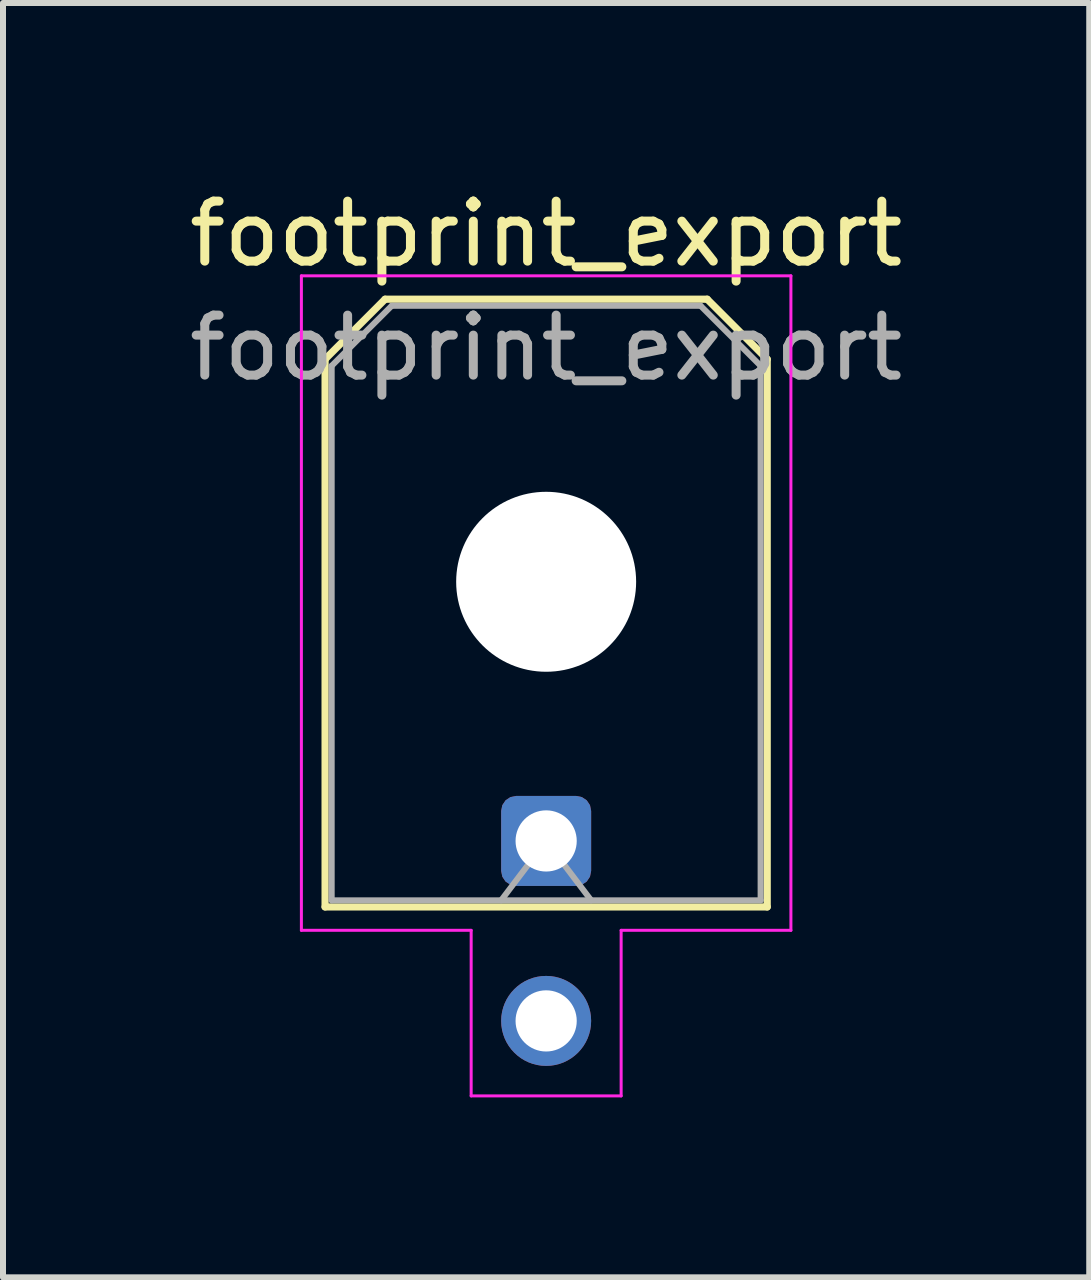
<source format=kicad_pcb>
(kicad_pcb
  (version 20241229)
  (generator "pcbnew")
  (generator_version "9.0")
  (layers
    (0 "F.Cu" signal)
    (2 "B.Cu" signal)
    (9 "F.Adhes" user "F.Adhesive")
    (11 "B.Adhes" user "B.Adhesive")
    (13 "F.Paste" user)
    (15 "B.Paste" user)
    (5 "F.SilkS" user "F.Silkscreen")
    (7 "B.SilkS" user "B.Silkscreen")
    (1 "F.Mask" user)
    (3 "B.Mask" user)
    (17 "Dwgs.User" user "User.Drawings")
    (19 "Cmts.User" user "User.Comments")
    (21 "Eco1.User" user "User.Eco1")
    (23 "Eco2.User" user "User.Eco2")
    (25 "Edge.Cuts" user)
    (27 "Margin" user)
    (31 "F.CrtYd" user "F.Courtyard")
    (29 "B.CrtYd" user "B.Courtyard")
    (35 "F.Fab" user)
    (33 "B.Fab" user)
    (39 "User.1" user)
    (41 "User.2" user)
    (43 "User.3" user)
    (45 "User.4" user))
  (footprint "footprint_export"
    (layer "F.Cu")
    (at 6.054 10.968)
    (property "Reference" "footprint_export" (at 0 -10.12 0) (layer "F.SilkS") (effects (font (size 1 1) (thickness 0.15))))
    (attr through_hole)
    (fp_line (start -3.685 -8.03) (end -2.685 -9.03) (stroke (width 0.12) (type solid)) (layer "F.SilkS"))
    (fp_line (start -3.685 1.1) (end -3.685 -8.03) (stroke (width 0.12) (type solid)) (layer "F.SilkS"))
    (fp_line (start -2.685 -9.03) (end 2.685 -9.03) (stroke (width 0.12) (type solid)) (layer "F.SilkS"))
    (fp_line (start 2.685 -9.03) (end 3.685 -8.03) (stroke (width 0.12) (type solid)) (layer "F.SilkS"))
    (fp_line (start 3.685 -8.03) (end 3.685 1.1) (stroke (width 0.12) (type solid)) (layer "F.SilkS"))
    (fp_line (start 3.685 1.1) (end -3.685 1.1) (stroke (width 0.12) (type solid)) (layer "F.SilkS"))
    (fp_line (start -4.08 -9.42) (end 4.08 -9.42) (stroke (width 0.05) (type solid)) (layer "F.CrtYd"))
    (fp_line (start -4.08 1.49) (end -4.08 -9.42) (stroke (width 0.05) (type solid)) (layer "F.CrtYd"))
    (fp_line (start -1.25 1.49) (end -4.08 1.49) (stroke (width 0.05) (type solid)) (layer "F.CrtYd"))
    (fp_line (start -1.25 4.25) (end -1.25 1.49) (stroke (width 0.05) (type solid)) (layer "F.CrtYd"))
    (fp_line (start 1.25 1.49) (end 1.25 4.25) (stroke (width 0.05) (type solid)) (layer "F.CrtYd"))
    (fp_line (start 1.25 4.25) (end -1.25 4.25) (stroke (width 0.05) (type solid)) (layer "F.CrtYd"))
    (fp_line (start 4.08 -9.42) (end 4.08 1.49) (stroke (width 0.05) (type solid)) (layer "F.CrtYd"))
    (fp_line (start 4.08 1.49) (end 1.25 1.49) (stroke (width 0.05) (type solid)) (layer "F.CrtYd"))
    (fp_line (start -3.575 -7.92) (end -2.575 -8.92) (stroke (width 0.1) (type solid)) (layer "F.Fab"))
    (fp_line (start -3.575 0.99) (end -3.575 -7.92) (stroke (width 0.1) (type solid)) (layer "F.Fab"))
    (fp_line (start -2.575 -8.92) (end 2.575 -8.92) (stroke (width 0.1) (type solid)) (layer "F.Fab"))
    (fp_line (start -0.75 0.99) (end 0 0) (stroke (width 0.1) (type solid)) (layer "F.Fab"))
    (fp_line (start 0 0) (end 0.75 0.99) (stroke (width 0.1) (type solid)) (layer "F.Fab"))
    (fp_line (start 2.575 -8.92) (end 3.575 -7.92) (stroke (width 0.1) (type solid)) (layer "F.Fab"))
    (fp_line (start 3.575 -7.92) (end 3.575 0.99) (stroke (width 0.1) (type solid)) (layer "F.Fab"))
    (fp_line (start 3.575 0.99) (end -3.575 0.99) (stroke (width 0.1) (type solid)) (layer "F.Fab"))
    (fp_text user "${REFERENCE}" (at 0 -8.22 0) (layer "F.Fab") (effects (font (size 1 1) (thickness 0.15))))
    (pad "" np_thru_hole circle (at 0 -4.32) (size 3 3) (drill 3) (layers "*.Cu" "*.Mask"))
    (pad "1" thru_hole roundrect (at 0 0) (size 1.5 1.5) (drill 1.02) (layers "*.Cu" "*.Mask") (roundrect_rratio 0.167))
    (pad "2" thru_hole circle (at 0 3) (size 1.5 1.5) (drill 1.02) (layers "*.Cu" "*.Mask")))
  (gr_rect
    (start -3 -3)
    (end 15.107 18.243)
    (stroke (width 0.1) (type default))
    (fill no)
    (layer "Edge.Cuts")))
</source>
